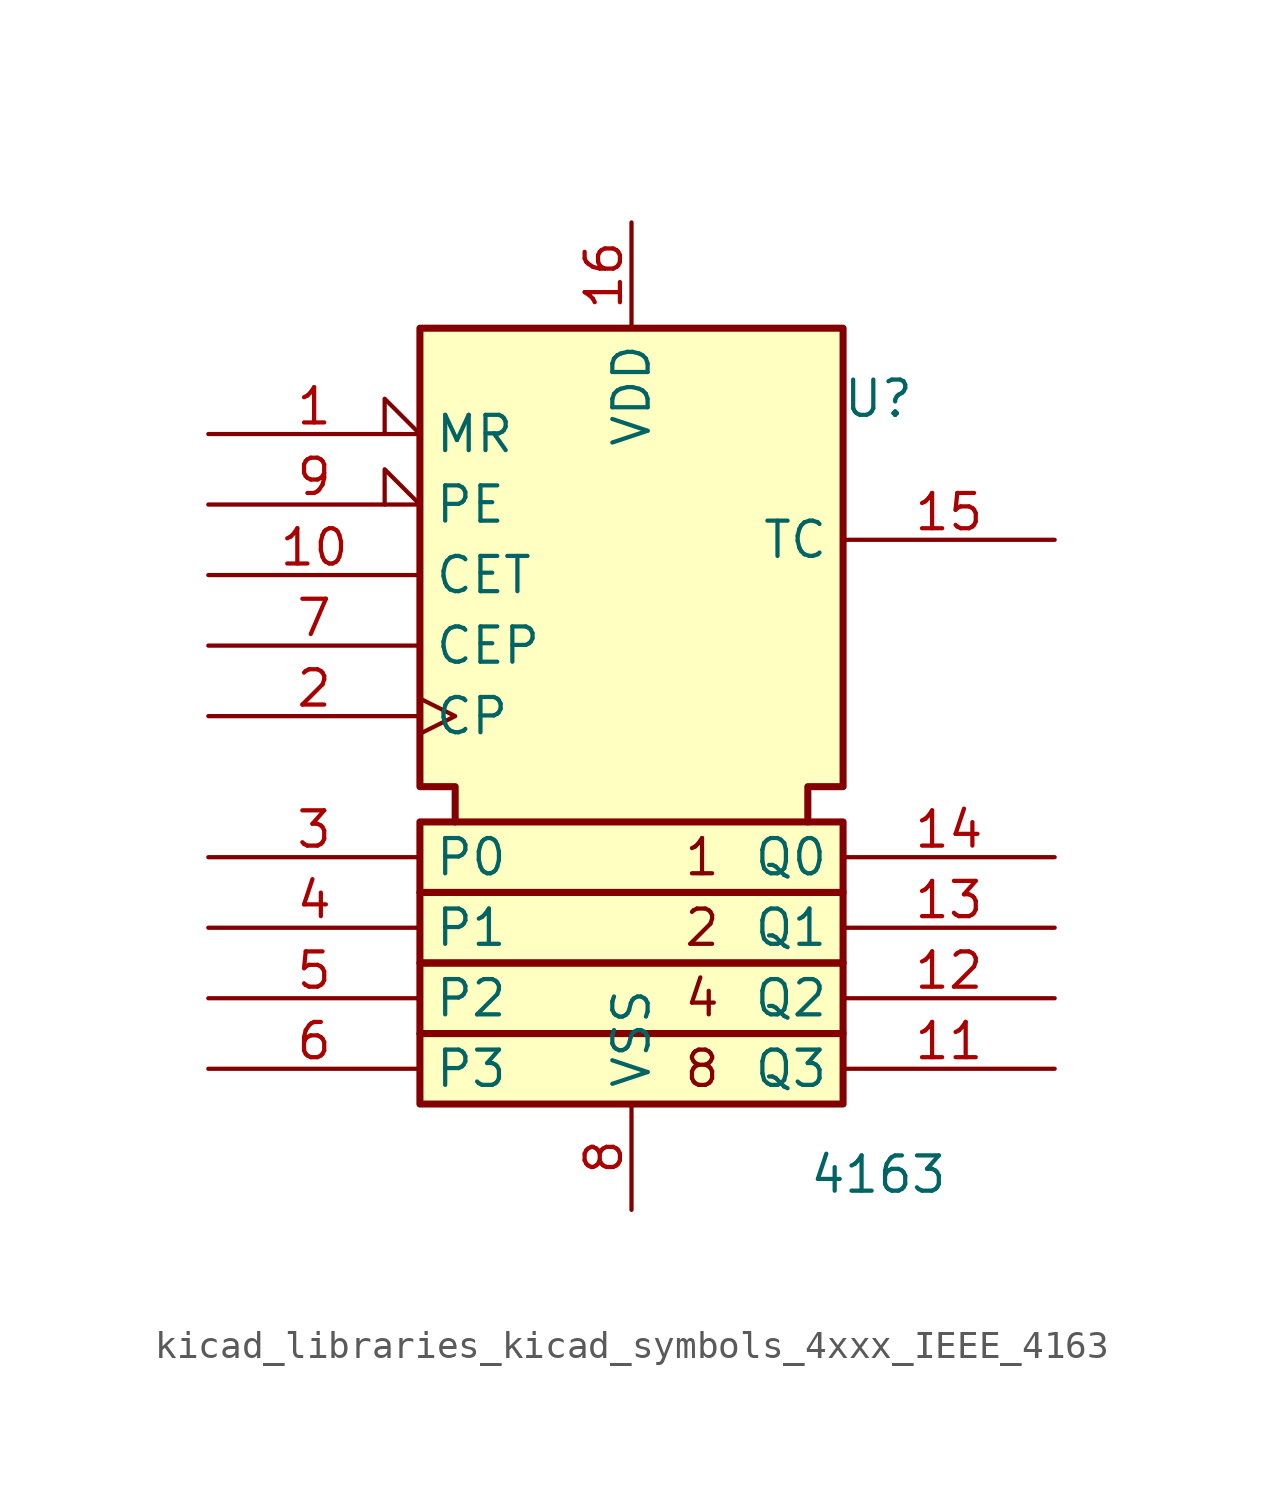
<source format=kicad_sym>
(kicad_symbol_lib
  (version 20220914)
  (generator kicad_symbol_editor)
  (symbol "kicad_libraries_kicad_symbols_4xxx_IEEE_4163"
    (property "Reference" "U"
      (at 8.89 10.16 0)
      (effects (font (size 1.27 1.27))))
    (property "Value" "4163"
      (at 8.89 -17.78 0)
      (effects (font (size 1.27 1.27))))
    (symbol "kicad_libraries_kicad_symbols_4xxx_IEEE_4163_0_0"
      (rectangle (start -7.62 -12.7) (end 7.62 -15.24) (stroke (width 0.254) (type default)) (fill (type background)))
      (rectangle (start -7.62 -10.16) (end 7.62 -12.7) (stroke (width 0.254) (type default)) (fill (type background)))
      (rectangle (start -7.62 -7.62) (end 7.62 -10.16) (stroke (width 0.254) (type default)) (fill (type background)))
      (rectangle (start -7.62 -5.08) (end 7.62 -7.62) (stroke (width 0.254) (type default)) (fill (type background)))
      (polyline (pts (xy -6.35 -5.08) (xy -6.35 -3.81) (xy -7.62 -3.81) (xy -7.62 12.7) (xy 7.62 12.7) (xy 7.62 -3.81) (xy 6.35 -3.81) (xy 6.35 -5.08) (xy 6.35 -5.08)) (stroke (width 0.254) (type default)) (fill (type background)))
      (text "1" (at 2.54 -6.35 0) (effects (font (size 1.27 1.27))))
      (text "2" (at 2.54 -8.89 0) (effects (font (size 1.27 1.27))))
      (text "4" (at 2.54 -11.43 0) (effects (font (size 1.27 1.27))))
      (text "8" (at 2.54 -13.97 0) (effects (font (size 1.27 1.27)))))
    (symbol "kicad_libraries_kicad_symbols_4xxx_IEEE_4163_1_1"
      (pin input input_low (at -15.24 8.89 0) (length 7.62) (name "MR" (effects (font (size 1.27 1.27)))) (number "1" (effects (font (size 1.27 1.27)))))
      (pin input line (at -15.24 3.81 0) (length 7.62) (name "CET" (effects (font (size 1.27 1.27)))) (number "10" (effects (font (size 1.27 1.27)))))
      (pin output line (at 15.24 -13.97 180) (length 7.62) (name "Q3" (effects (font (size 1.27 1.27)))) (number "11" (effects (font (size 1.27 1.27)))))
      (pin output line (at 15.24 -11.43 180) (length 7.62) (name "Q2" (effects (font (size 1.27 1.27)))) (number "12" (effects (font (size 1.27 1.27)))))
      (pin output line (at 15.24 -8.89 180) (length 7.62) (name "Q1" (effects (font (size 1.27 1.27)))) (number "13" (effects (font (size 1.27 1.27)))))
      (pin output line (at 15.24 -6.35 180) (length 7.62) (name "Q0" (effects (font (size 1.27 1.27)))) (number "14" (effects (font (size 1.27 1.27)))))
      (pin output line (at 15.24 5.08 180) (length 7.62) (name "TC" (effects (font (size 1.27 1.27)))) (number "15" (effects (font (size 1.27 1.27)))))
      (pin power_in line (at 0 16.51 270) (length 3.81) (name "VDD" (effects (font (size 1.27 1.27)))) (number "16" (effects (font (size 1.27 1.27)))))
      (pin input clock (at -15.24 -1.27 0) (length 7.62) (name "CP" (effects (font (size 1.27 1.27)))) (number "2" (effects (font (size 1.27 1.27)))))
      (pin input line (at -15.24 -6.35 0) (length 7.62) (name "P0" (effects (font (size 1.27 1.27)))) (number "3" (effects (font (size 1.27 1.27)))))
      (pin input line (at -15.24 -8.89 0) (length 7.62) (name "P1" (effects (font (size 1.27 1.27)))) (number "4" (effects (font (size 1.27 1.27)))))
      (pin input line (at -15.24 -11.43 0) (length 7.62) (name "P2" (effects (font (size 1.27 1.27)))) (number "5" (effects (font (size 1.27 1.27)))))
      (pin input line (at -15.24 -13.97 0) (length 7.62) (name "P3" (effects (font (size 1.27 1.27)))) (number "6" (effects (font (size 1.27 1.27)))))
      (pin input line (at -15.24 1.27 0) (length 7.62) (name "CEP" (effects (font (size 1.27 1.27)))) (number "7" (effects (font (size 1.27 1.27)))))
      (pin power_in line (at 0 -19.05 90) (length 3.81) (name "VSS" (effects (font (size 1.27 1.27)))) (number "8" (effects (font (size 1.27 1.27)))))
      (pin input input_low (at -15.24 6.35 0) (length 7.62) (name "PE" (effects (font (size 1.27 1.27)))) (number "9" (effects (font (size 1.27 1.27))))))))
</source>
